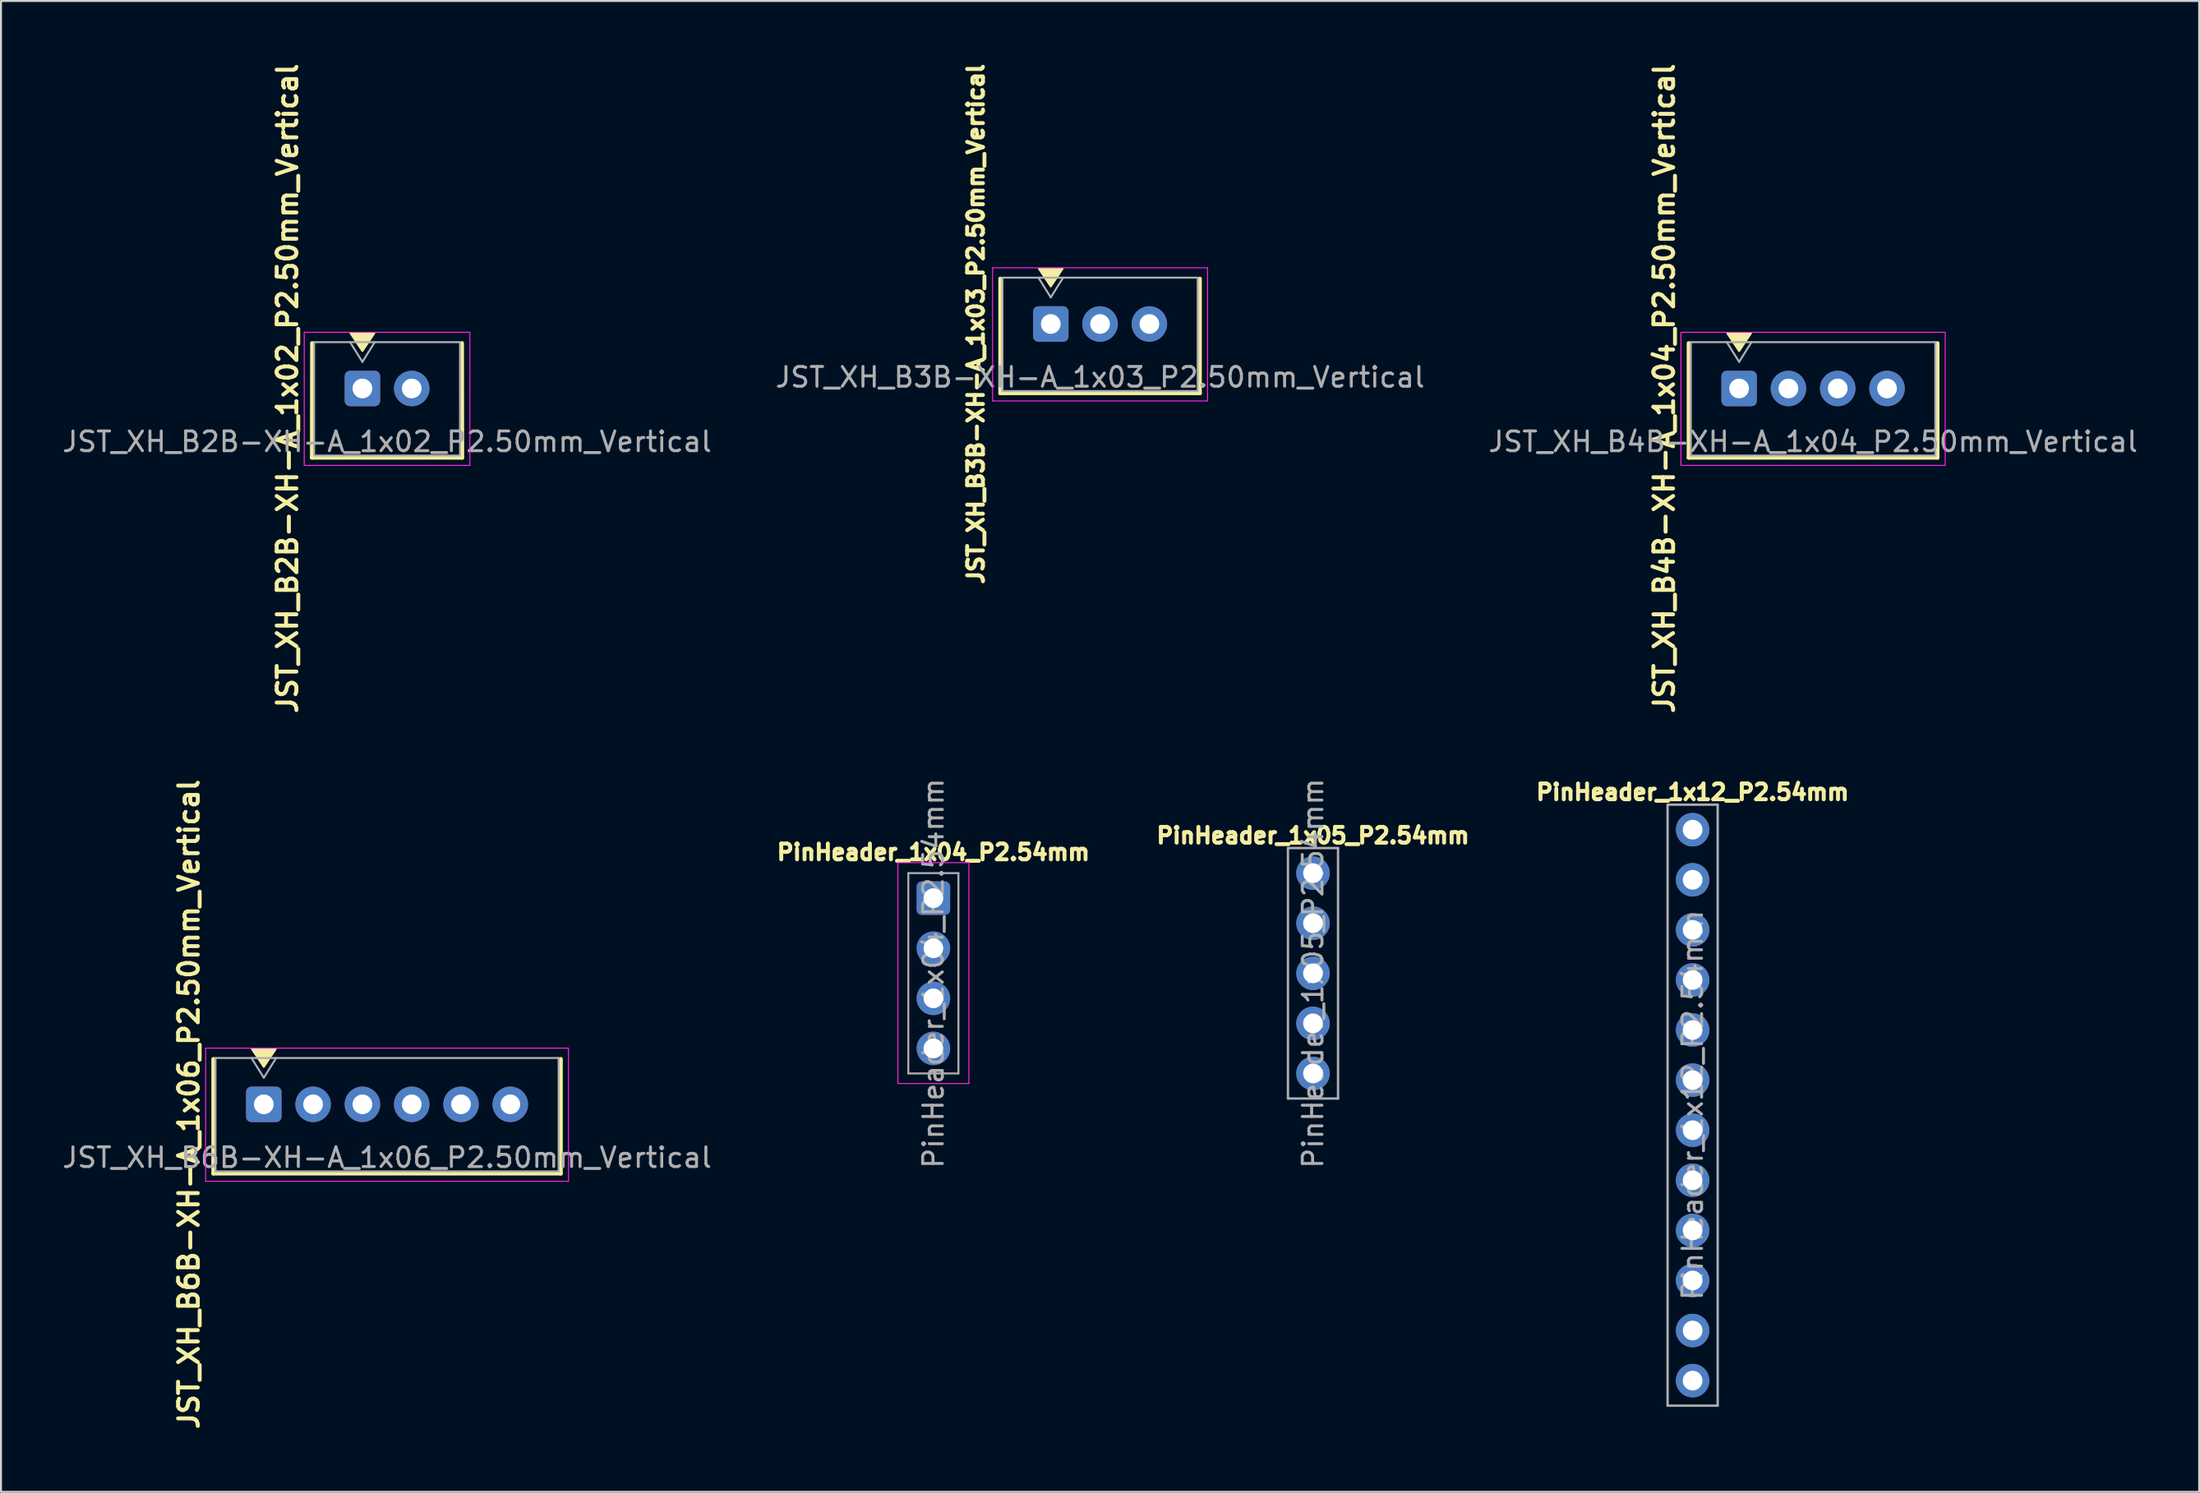
<source format=kicad_pcb>
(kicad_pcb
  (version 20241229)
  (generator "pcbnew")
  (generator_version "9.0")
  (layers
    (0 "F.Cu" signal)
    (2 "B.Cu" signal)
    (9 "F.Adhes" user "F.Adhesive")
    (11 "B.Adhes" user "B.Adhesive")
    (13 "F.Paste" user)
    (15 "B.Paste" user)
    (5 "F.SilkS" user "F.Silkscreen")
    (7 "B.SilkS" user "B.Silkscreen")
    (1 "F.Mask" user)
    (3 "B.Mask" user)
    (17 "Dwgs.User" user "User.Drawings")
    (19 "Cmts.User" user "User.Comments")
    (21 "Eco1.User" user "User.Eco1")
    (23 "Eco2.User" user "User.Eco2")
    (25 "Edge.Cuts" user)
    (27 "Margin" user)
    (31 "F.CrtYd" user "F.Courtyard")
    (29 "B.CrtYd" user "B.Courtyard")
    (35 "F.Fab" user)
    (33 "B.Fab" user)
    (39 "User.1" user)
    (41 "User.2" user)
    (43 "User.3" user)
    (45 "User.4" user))
  (footprint "JST_XH_B4B-XH-A_1x04_P2.50mm_Vertical"
    (layer "F.Cu")
    (at 85.137 16.652)
    (property "Reference" "JST_XH_B4B-XH-A_1x04_P2.50mm_Vertical" (at -3.8 0 90) (layer "F.SilkS") (effects (font (size 1 1) (thickness 0.2))))
    (attr through_hole)
    (fp_line (start -2.56 -2.3) (end -2.56 3.51) (stroke (width 0.2) (type solid)) (layer "F.SilkS"))
    (fp_line (start -2.56 3.51) (end 10.06 3.51) (stroke (width 0.2) (type solid)) (layer "F.SilkS"))
    (fp_line (start 10.06 3.51) (end 10.06 -2.3) (stroke (width 0.2) (type solid)) (layer "F.SilkS"))
    (fp_poly (pts (xy 0 -1.9) (xy -0.6 -2.8) (xy 0.6 -2.8)) (stroke (width 0.1) (type solid)) (fill yes) (layer "F.SilkS"))
    (fp_line (start -2.95 -2.85) (end -2.95 3.9) (stroke (width 0.05) (type solid)) (layer "F.CrtYd"))
    (fp_line (start -2.95 3.9) (end 10.45 3.9) (stroke (width 0.05) (type solid)) (layer "F.CrtYd"))
    (fp_line (start 10.45 -2.85) (end -2.95 -2.85) (stroke (width 0.05) (type solid)) (layer "F.CrtYd"))
    (fp_line (start 10.45 3.9) (end 10.45 -2.85) (stroke (width 0.05) (type solid)) (layer "F.CrtYd"))
    (fp_line (start -2.45 -2.35) (end -2.45 3.4) (stroke (width 0.1) (type solid)) (layer "F.Fab"))
    (fp_line (start -2.45 3.4) (end 9.95 3.4) (stroke (width 0.1) (type solid)) (layer "F.Fab"))
    (fp_line (start -0.625 -2.35) (end 0 -1.35) (stroke (width 0.1) (type solid)) (layer "F.Fab"))
    (fp_line (start 0 -1.35) (end 0.625 -2.35) (stroke (width 0.1) (type solid)) (layer "F.Fab"))
    (fp_line (start 9.95 -2.35) (end -2.45 -2.35) (stroke (width 0.1) (type solid)) (layer "F.Fab"))
    (fp_line (start 9.95 3.4) (end 9.95 -2.35) (stroke (width 0.1) (type solid)) (layer "F.Fab"))
    (fp_text user "${REFERENCE}" (at 3.75 2.7 0) (layer "F.Fab") (effects (font (size 1 1) (thickness 0.15))))
    (pad "1" thru_hole roundrect (at 0 0) (size 1.8 1.8) (drill 1) (layers "*.Cu" "*.Mask") (roundrect_rratio 0.15))
    (pad "2" thru_hole circle (at 2.5 0) (size 1.8 1.8) (drill 1) (layers "*.Cu" "*.Mask"))
    (pad "3" thru_hole circle (at 5 0) (size 1.8 1.8) (drill 1) (layers "*.Cu" "*.Mask"))
    (pad "4" thru_hole circle (at 7.5 0) (size 1.8 1.8) (drill 1) (layers "*.Cu" "*.Mask")))
  (footprint "PinHeader_1x04_P2.54mm"
    (layer "F.Cu")
    (at 44.28 42.501)
    (property "Reference" "PinHeader_1x04_P2.54mm" (at 0 -2.33 0) (layer "F.SilkS") (effects (font (size 0.8 0.8) (thickness 0.2))))
    (attr through_hole)
    (fp_line (start -1.8 -1.8) (end -1.8 9.4) (stroke (width 0.05) (type solid)) (layer "F.CrtYd"))
    (fp_line (start -1.8 9.4) (end 1.8 9.4) (stroke (width 0.05) (type solid)) (layer "F.CrtYd"))
    (fp_line (start 1.8 -1.8) (end -1.8 -1.8) (stroke (width 0.05) (type solid)) (layer "F.CrtYd"))
    (fp_line (start 1.8 9.4) (end 1.8 -1.8) (stroke (width 0.05) (type solid)) (layer "F.CrtYd"))
    (fp_line (start -1.27 -1.27) (end 1.27 -1.27) (stroke (width 0.1) (type solid)) (layer "F.Fab"))
    (fp_line (start -1.27 8.89) (end -1.27 -1.27) (stroke (width 0.1) (type solid)) (layer "F.Fab"))
    (fp_line (start 1.27 -1.27) (end 1.27 8.89) (stroke (width 0.1) (type solid)) (layer "F.Fab"))
    (fp_line (start 1.27 8.89) (end -1.27 8.89) (stroke (width 0.1) (type solid)) (layer "F.Fab"))
    (fp_text user "${REFERENCE}" (at 0 3.81 90) (layer "F.Fab") (effects (font (size 1 1) (thickness 0.15))))
    (pad "1" thru_hole roundrect (at 0 0) (size 1.7 1.7) (drill 1) (layers "*.Cu" "*.Mask") (roundrect_rratio 0.15))
    (pad "2" thru_hole oval (at 0 2.54) (size 1.7 1.7) (drill 1) (layers "*.Cu" "*.Mask"))
    (pad "3" thru_hole oval (at 0 5.08) (size 1.7 1.7) (drill 1) (layers "*.Cu" "*.Mask"))
    (pad "4" thru_hole oval (at 0 7.62) (size 1.7 1.7) (drill 1) (layers "*.Cu" "*.Mask")))
  (footprint "PinHeader_1x05_P2.54mm"
    (layer "F.Cu")
    (at 63.529 41.231)
    (property "Reference" "PinHeader_1x05_P2.54mm" (at 0 -1.905 0) (layer "F.SilkS") (effects (font (size 0.8 0.8) (thickness 0.2))))
    (attr through_hole)
    (fp_line (start -1.27 -1.27) (end 1.27 -1.27) (stroke (width 0.12) (type solid)) (layer "F.Fab"))
    (fp_line (start -1.27 11.43) (end -1.27 -1.27) (stroke (width 0.12) (type solid)) (layer "F.Fab"))
    (fp_line (start 1.27 -1.27) (end 1.27 11.43) (stroke (width 0.12) (type solid)) (layer "F.Fab"))
    (fp_line (start 1.27 11.43) (end -1.27 11.43) (stroke (width 0.12) (type solid)) (layer "F.Fab"))
    (fp_text user "${REFERENCE}" (at 0 5.08 90) (layer "F.Fab") (effects (font (size 1 1) (thickness 0.15))))
    (pad "1" thru_hole circle (at 0 0) (size 1.7 1.7) (drill 1) (layers "*.Cu" "*.Mask"))
    (pad "2" thru_hole circle (at 0 2.54) (size 1.7 1.7) (drill 1) (layers "*.Cu" "*.Mask"))
    (pad "3" thru_hole circle (at 0 5.08) (size 1.7 1.7) (drill 1) (layers "*.Cu" "*.Mask"))
    (pad "4" thru_hole circle (at 0 7.62) (size 1.7 1.7) (drill 1) (layers "*.Cu" "*.Mask"))
    (pad "5" thru_hole circle (at 0 10.16) (size 1.7 1.7) (drill 1) (layers "*.Cu" "*.Mask")))
  (footprint "JST_XH_B6B-XH-A_1x06_P2.50mm_Vertical"
    (layer "F.Cu")
    (at 10.327 52.957)
    (property "Reference" "JST_XH_B6B-XH-A_1x06_P2.50mm_Vertical" (at -3.8 0 90) (layer "F.SilkS") (effects (font (size 1 1) (thickness 0.2))))
    (attr through_hole)
    (fp_line (start -2.56 -2.3) (end -2.56 3.51) (stroke (width 0.2) (type solid)) (layer "F.SilkS"))
    (fp_line (start -2.56 3.51) (end 15.06 3.51) (stroke (width 0.2) (type solid)) (layer "F.SilkS"))
    (fp_line (start 15.06 3.51) (end 15.06 -2.3) (stroke (width 0.2) (type solid)) (layer "F.SilkS"))
    (fp_poly (pts (xy 0 -1.9) (xy -0.6 -2.8) (xy 0.6 -2.8)) (stroke (width 0.1) (type solid)) (fill yes) (layer "F.SilkS"))
    (fp_line (start -2.95 -2.85) (end -2.95 3.9) (stroke (width 0.05) (type solid)) (layer "F.CrtYd"))
    (fp_line (start -2.95 3.9) (end 15.45 3.9) (stroke (width 0.05) (type solid)) (layer "F.CrtYd"))
    (fp_line (start 15.45 -2.85) (end -2.95 -2.85) (stroke (width 0.05) (type solid)) (layer "F.CrtYd"))
    (fp_line (start 15.45 3.9) (end 15.45 -2.85) (stroke (width 0.05) (type solid)) (layer "F.CrtYd"))
    (fp_line (start -2.45 -2.35) (end -2.45 3.4) (stroke (width 0.1) (type solid)) (layer "F.Fab"))
    (fp_line (start -2.45 3.4) (end 14.95 3.4) (stroke (width 0.1) (type solid)) (layer "F.Fab"))
    (fp_line (start -0.625 -2.35) (end 0 -1.35) (stroke (width 0.1) (type solid)) (layer "F.Fab"))
    (fp_line (start 0 -1.35) (end 0.625 -2.35) (stroke (width 0.1) (type solid)) (layer "F.Fab"))
    (fp_line (start 14.95 -2.35) (end -2.45 -2.35) (stroke (width 0.1) (type solid)) (layer "F.Fab"))
    (fp_line (start 14.95 3.4) (end 14.95 -2.35) (stroke (width 0.1) (type solid)) (layer "F.Fab"))
    (fp_text user "${REFERENCE}" (at 6.25 2.7 0) (layer "F.Fab") (effects (font (size 1 1) (thickness 0.15))))
    (pad "1" thru_hole roundrect (at 0 0) (size 1.8 1.8) (drill 1) (layers "*.Cu" "*.Mask") (roundrect_rratio 0.15))
    (pad "2" thru_hole circle (at 2.5 0) (size 1.8 1.8) (drill 1) (layers "*.Cu" "*.Mask"))
    (pad "3" thru_hole circle (at 5 0) (size 1.8 1.8) (drill 1) (layers "*.Cu" "*.Mask"))
    (pad "4" thru_hole circle (at 7.5 0) (size 1.8 1.8) (drill 1) (layers "*.Cu" "*.Mask"))
    (pad "5" thru_hole circle (at 10 0) (size 1.8 1.8) (drill 1) (layers "*.Cu" "*.Mask"))
    (pad "6" thru_hole circle (at 12.5 0) (size 1.8 1.8) (drill 1) (layers "*.Cu" "*.Mask")))
  (footprint "PinHeader_1x12_P2.54mm"
    (layer "F.Cu")
    (at 82.779 39.029)
    (property "Reference" "PinHeader_1x12_P2.54mm" (at 0 -1.905 180) (layer "F.SilkS") (effects (font (size 0.8 0.8) (thickness 0.2))))
    (attr through_hole)
    (fp_line (start -1.27 -1.27) (end 1.27 -1.27) (stroke (width 0.12) (type solid)) (layer "F.Fab"))
    (fp_line (start -1.27 29.21) (end -1.27 -1.27) (stroke (width 0.12) (type solid)) (layer "F.Fab"))
    (fp_line (start 1.27 -1.27) (end 1.27 29.21) (stroke (width 0.12) (type solid)) (layer "F.Fab"))
    (fp_line (start 1.27 29.21) (end -1.27 29.21) (stroke (width 0.12) (type solid)) (layer "F.Fab"))
    (fp_text user "${REFERENCE}" (at 0 13.97 90) (layer "F.Fab") (effects (font (size 1 1) (thickness 0.15))))
    (pad "1" thru_hole circle (at 0 0) (size 1.7 1.7) (drill 1) (layers "*.Cu" "*.Mask"))
    (pad "2" thru_hole circle (at 0 2.54) (size 1.7 1.7) (drill 1) (layers "*.Cu" "*.Mask"))
    (pad "3" thru_hole circle (at 0 5.08) (size 1.7 1.7) (drill 1) (layers "*.Cu" "*.Mask"))
    (pad "4" thru_hole circle (at 0 7.62) (size 1.7 1.7) (drill 1) (layers "*.Cu" "*.Mask"))
    (pad "5" thru_hole circle (at 0 10.16) (size 1.7 1.7) (drill 1) (layers "*.Cu" "*.Mask"))
    (pad "6" thru_hole circle (at 0 12.7) (size 1.7 1.7) (drill 1) (layers "*.Cu" "*.Mask"))
    (pad "7" thru_hole circle (at 0 15.24) (size 1.7 1.7) (drill 1) (layers "*.Cu" "*.Mask"))
    (pad "8" thru_hole circle (at 0 17.78) (size 1.7 1.7) (drill 1) (layers "*.Cu" "*.Mask"))
    (pad "9" thru_hole circle (at 0 20.32) (size 1.7 1.7) (drill 1) (layers "*.Cu" "*.Mask"))
    (pad "10" thru_hole circle (at 0 22.86) (size 1.7 1.7) (drill 1) (layers "*.Cu" "*.Mask"))
    (pad "11" thru_hole circle (at 0 25.4) (size 1.7 1.7) (drill 1) (layers "*.Cu" "*.Mask"))
    (pad "12" thru_hole circle (at 0 27.94) (size 1.7 1.7) (drill 1) (layers "*.Cu" "*.Mask")))
  (footprint "JST_XH_B2B-XH-A_1x02_P2.50mm_Vertical"
    (layer "F.Cu")
    (at 15.327 16.652)
    (property "Reference" "JST_XH_B2B-XH-A_1x02_P2.50mm_Vertical" (at -3.8 0 270) (layer "F.SilkS") (effects (font (size 1 1) (thickness 0.2))))
    (attr through_hole)
    (fp_line (start -2.56 3.51) (end 5.06 3.51) (stroke (width 0.2) (type solid)) (layer "F.SilkS"))
    (fp_line (start -2.55 -2.3) (end -2.56 3.51) (stroke (width 0.2) (type solid)) (layer "F.SilkS"))
    (fp_line (start 5.06 3.51) (end 5.05 -2.3) (stroke (width 0.2) (type solid)) (layer "F.SilkS"))
    (fp_poly (pts (xy 0 -1.9) (xy -0.6 -2.8) (xy 0.6 -2.8)) (stroke (width 0.1) (type solid)) (fill yes) (layer "F.SilkS"))
    (fp_line (start -2.95 -2.85) (end -2.95 3.9) (stroke (width 0.05) (type solid)) (layer "F.CrtYd"))
    (fp_line (start -2.95 3.9) (end 5.45 3.9) (stroke (width 0.05) (type solid)) (layer "F.CrtYd"))
    (fp_line (start 5.45 -2.85) (end -2.95 -2.85) (stroke (width 0.05) (type solid)) (layer "F.CrtYd"))
    (fp_line (start 5.45 3.9) (end 5.45 -2.85) (stroke (width 0.05) (type solid)) (layer "F.CrtYd"))
    (fp_line (start -2.45 -2.35) (end -2.45 3.4) (stroke (width 0.1) (type solid)) (layer "F.Fab"))
    (fp_line (start -2.45 3.4) (end 4.95 3.4) (stroke (width 0.1) (type solid)) (layer "F.Fab"))
    (fp_line (start -0.625 -2.35) (end 0 -1.35) (stroke (width 0.1) (type solid)) (layer "F.Fab"))
    (fp_line (start 0 -1.35) (end 0.625 -2.35) (stroke (width 0.1) (type solid)) (layer "F.Fab"))
    (fp_line (start 4.95 -2.35) (end -2.45 -2.35) (stroke (width 0.1) (type solid)) (layer "F.Fab"))
    (fp_line (start 4.95 3.4) (end 4.95 -2.35) (stroke (width 0.1) (type solid)) (layer "F.Fab"))
    (fp_text user "${REFERENCE}" (at 1.25 2.7 0) (layer "F.Fab") (effects (font (size 1 1) (thickness 0.15))))
    (pad "1" thru_hole roundrect (at 0 0) (size 1.8 1.8) (drill 1) (layers "*.Cu" "*.Mask") (roundrect_rratio 0.15))
    (pad "2" thru_hole circle (at 2.5 0) (size 1.8 1.8) (drill 1) (layers "*.Cu" "*.Mask")))
  (footprint "JST_XH_B3B-XH-A_1x03_P2.50mm_Vertical"
    (layer "F.Cu")
    (at 50.232 13.382)
    (property "Reference" "JST_XH_B3B-XH-A_1x03_P2.50mm_Vertical" (at -3.8 0 90) (layer "F.SilkS") (effects (font (size 0.8 0.8) (thickness 0.2))))
    (attr through_hole)
    (fp_line (start -2.56 -2.3) (end -2.56 3.51) (stroke (width 0.2) (type solid)) (layer "F.SilkS"))
    (fp_line (start -2.56 3.51) (end 7.56 3.51) (stroke (width 0.2) (type solid)) (layer "F.SilkS"))
    (fp_line (start 7.56 3.51) (end 7.56 -2.3) (stroke (width 0.2) (type solid)) (layer "F.SilkS"))
    (fp_poly (pts (xy 0 -1.905) (xy -0.6 -2.805) (xy 0.6 -2.805)) (stroke (width 0.1) (type solid)) (fill yes) (layer "F.SilkS"))
    (fp_line (start -2.95 -2.85) (end -2.95 3.9) (stroke (width 0.05) (type solid)) (layer "F.CrtYd"))
    (fp_line (start -2.95 3.9) (end 7.95 3.9) (stroke (width 0.05) (type solid)) (layer "F.CrtYd"))
    (fp_line (start 7.95 -2.85) (end -2.95 -2.85) (stroke (width 0.05) (type solid)) (layer "F.CrtYd"))
    (fp_line (start 7.95 3.9) (end 7.95 -2.85) (stroke (width 0.05) (type solid)) (layer "F.CrtYd"))
    (fp_line (start -2.45 -2.35) (end -2.45 3.4) (stroke (width 0.1) (type solid)) (layer "F.Fab"))
    (fp_line (start -2.45 3.4) (end 7.45 3.4) (stroke (width 0.1) (type solid)) (layer "F.Fab"))
    (fp_line (start -0.625 -2.35) (end 0 -1.35) (stroke (width 0.1) (type solid)) (layer "F.Fab"))
    (fp_line (start 0 -1.35) (end 0.625 -2.35) (stroke (width 0.1) (type solid)) (layer "F.Fab"))
    (fp_line (start 7.45 -2.35) (end -2.45 -2.35) (stroke (width 0.1) (type solid)) (layer "F.Fab"))
    (fp_line (start 7.45 3.4) (end 7.45 -2.35) (stroke (width 0.1) (type solid)) (layer "F.Fab"))
    (fp_text user "${REFERENCE}" (at 2.5 2.7 0) (layer "F.Fab") (effects (font (size 1 1) (thickness 0.15))))
    (pad "1" thru_hole roundrect (at 0 0) (size 1.8 1.8) (drill 1) (layers "*.Cu" "*.Mask") (roundrect_rratio 0.15))
    (pad "2" thru_hole circle (at 2.5 0) (size 1.8 1.8) (drill 1) (layers "*.Cu" "*.Mask"))
    (pad "3" thru_hole circle (at 5 0) (size 1.8 1.8) (drill 1) (layers "*.Cu" "*.Mask")))
  (gr_rect
    (start -3 -3)
    (end 108.464 72.61)
    (stroke (width 0.1) (type default))
    (fill no)
    (layer "Edge.Cuts")))
</source>
